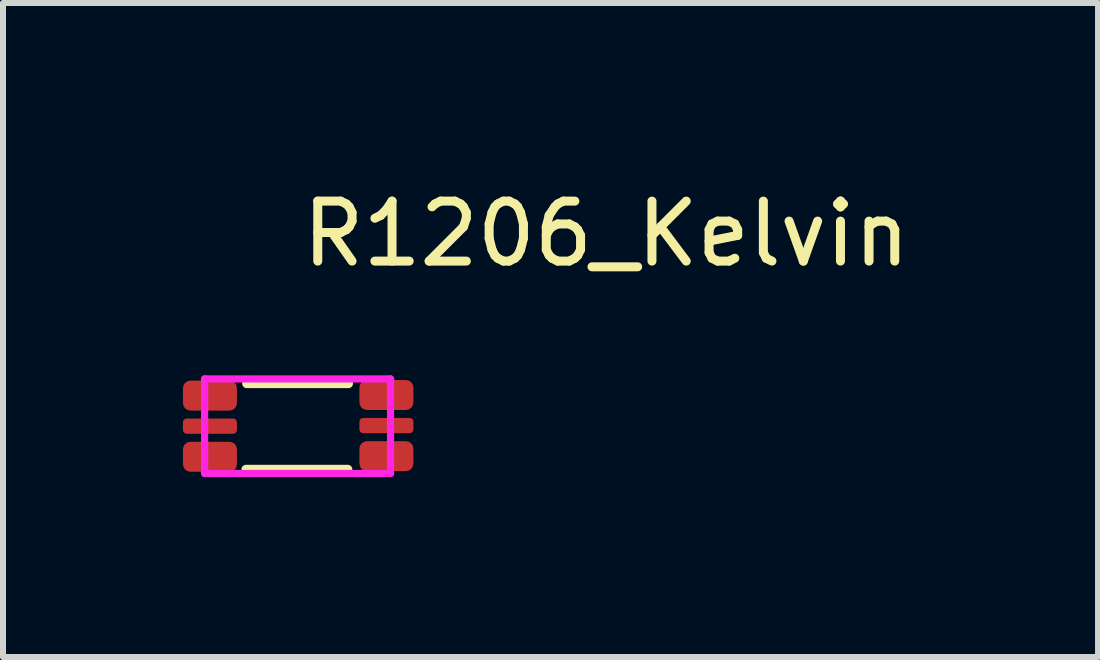
<source format=kicad_pcb>
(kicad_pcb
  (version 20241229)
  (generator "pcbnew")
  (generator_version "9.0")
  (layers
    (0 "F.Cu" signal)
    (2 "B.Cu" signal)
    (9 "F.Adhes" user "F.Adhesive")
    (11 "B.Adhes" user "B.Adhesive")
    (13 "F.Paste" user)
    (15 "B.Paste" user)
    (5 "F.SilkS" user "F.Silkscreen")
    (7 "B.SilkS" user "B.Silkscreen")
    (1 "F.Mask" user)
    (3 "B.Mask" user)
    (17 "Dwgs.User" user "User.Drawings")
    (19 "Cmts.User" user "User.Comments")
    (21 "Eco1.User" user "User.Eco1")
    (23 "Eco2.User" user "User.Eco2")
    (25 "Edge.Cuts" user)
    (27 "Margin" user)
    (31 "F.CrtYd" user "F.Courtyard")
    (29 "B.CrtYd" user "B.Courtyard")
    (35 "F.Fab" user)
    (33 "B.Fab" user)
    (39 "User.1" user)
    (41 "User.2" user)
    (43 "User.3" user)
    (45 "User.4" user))
  (footprint "R1206_Kelvin"
    (layer "F.Cu")
    (at 1.911 4.055)
    (property "Reference" "R1206_Kelvin" (at 0 -3.207 0) (layer "F.SilkS") (effects (font (size 1 1) (thickness 0.15)) (justify left)))
    (attr smd)
    (fp_line (start -0.86 0.72) (end 0.837 0.72) (stroke (width 0.152) (type solid)) (layer "F.SilkS"))
    (fp_line (start -0.848 -0.71) (end 0.848 -0.71) (stroke (width 0.152) (type solid)) (layer "F.SilkS"))
    (fp_circle (center -1.55 0.787) (end -1.52 0.787) (stroke (width 0.06) (type solid)) (fill no) (layer "Eco2.User"))
    (fp_line (start -1.55 -0.788) (end 1.55 -0.788) (stroke (width 0.12) (type solid)) (layer "F.CrtYd"))
    (fp_line (start -1.55 0.788) (end -1.55 -0.788) (stroke (width 0.12) (type solid)) (layer "F.CrtYd"))
    (fp_line (start 1.55 -0.788) (end 1.55 0.788) (stroke (width 0.12) (type solid)) (layer "F.CrtYd"))
    (fp_line (start 1.55 0.788) (end -1.55 0.788) (stroke (width 0.12) (type solid)) (layer "F.CrtYd"))
    (pad "1" smd roundrect (at -1.461 -0.51) (size 0.9 0.5) (layers "F.Cu" "F.Mask" "F.Paste") (roundrect_rratio 0.25))
    (pad "1" smd roundrect (at -1.461 0.51) (size 0.9 0.5) (layers "F.Cu" "F.Mask" "F.Paste") (roundrect_rratio 0.25))
    (pad "2" smd roundrect (at 1.481 -0.52) (size 0.9 0.5) (layers "F.Cu" "F.Mask" "F.Paste") (roundrect_rratio 0.25))
    (pad "2" smd roundrect (at 1.481 0.5) (size 0.9 0.5) (layers "F.Cu" "F.Mask" "F.Paste") (roundrect_rratio 0.25))
    (pad "3" smd roundrect (at -1.461 0) (size 0.9 0.254) (layers "F.Cu" "F.Mask" "F.Paste") (roundrect_rratio 0.25))
    (pad "4" smd roundrect (at 1.481 -0.01) (size 0.9 0.254) (layers "F.Cu" "F.Mask" "F.Paste") (roundrect_rratio 0.25)))
  (gr_rect
    (start -3 -3)
    (end 15.256 7.903)
    (stroke (width 0.1) (type default))
    (fill no)
    (layer "Edge.Cuts")))
</source>
